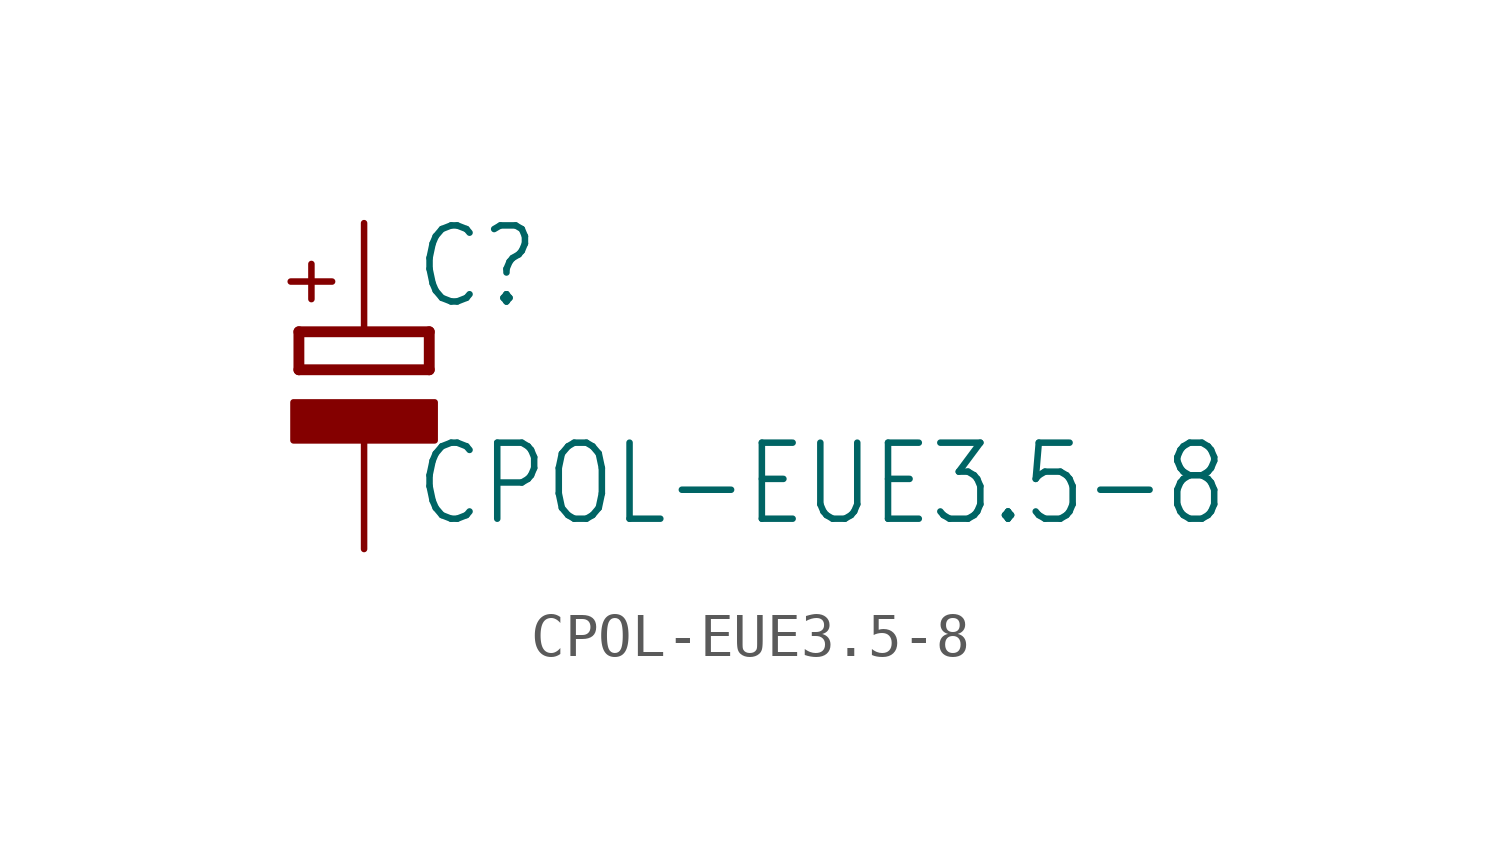
<source format=kicad_sym>
(kicad_symbol_lib
  (version 20210619)
  (generator kicad_symbol_editor)
  (symbol "CPOL-EUE3.5-8"
    (property "Reference" "C"
      (at 1.143 0.483 0)
      (effects (font (size 1.778 1.511)) (justify left bottom)))
    (property "Value" "CPOL-EUE3.5-8"
      (at 1.143 -4.597 0)
      (effects (font (size 1.778 1.511)) (justify left bottom)))
    (property "ki_locked" ""
      (at 0 0 0)
      (effects (font (size 1.27 1.27))))
    (symbol "CPOL-EUE3.5-8_1_0"
      (text "+" (at -0.584 0.406 900) (effects (font (size 1.27 1.079)) (justify left bottom)))
      (rectangle (start -1.651 -2.54) (end 1.651 -1.651) (stroke (width 0)) (fill (type outline)))
      (polyline (pts (xy -1.524 -0.889) (xy 1.524 -0.889)) (stroke (width 0.254)) (fill (type none)))
      (polyline (pts (xy -1.524 0) (xy -1.524 -0.889)) (stroke (width 0.254)) (fill (type none)))
      (polyline (pts (xy -1.524 0) (xy 1.524 0)) (stroke (width 0.254)) (fill (type none)))
      (polyline (pts (xy 1.524 -0.889) (xy 1.524 0)) (stroke (width 0.254)) (fill (type none)))
      (pin passive line (at 0 2.54 270) (length 2.54) (name "+" (effects (font (size 0 0)))) (number "+" (effects (font (size 0 0)))))
      (pin passive line (at 0 -5.08 90) (length 2.54) (name "-" (effects (font (size 0 0)))) (number "-" (effects (font (size 0 0))))))))
</source>
